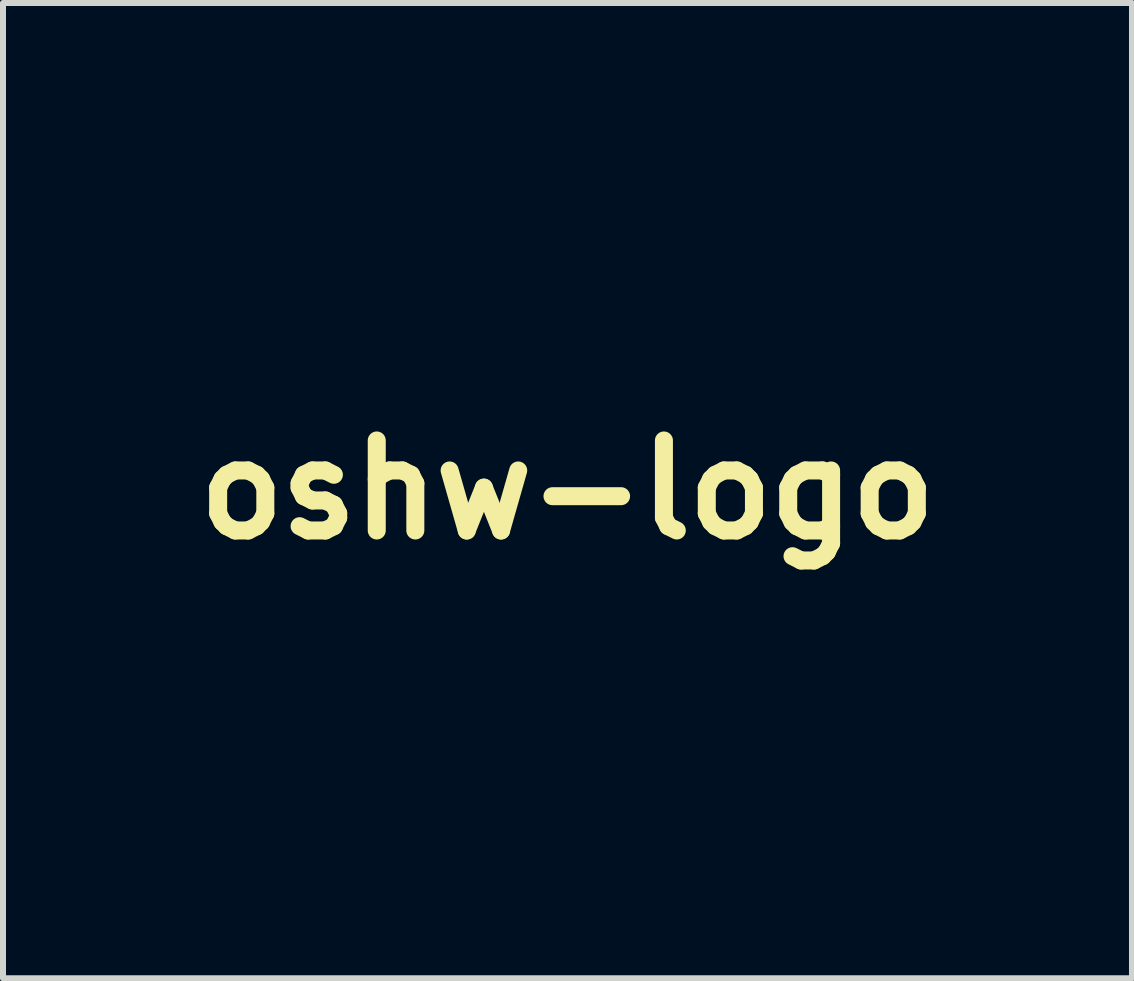
<source format=kicad_pcb>
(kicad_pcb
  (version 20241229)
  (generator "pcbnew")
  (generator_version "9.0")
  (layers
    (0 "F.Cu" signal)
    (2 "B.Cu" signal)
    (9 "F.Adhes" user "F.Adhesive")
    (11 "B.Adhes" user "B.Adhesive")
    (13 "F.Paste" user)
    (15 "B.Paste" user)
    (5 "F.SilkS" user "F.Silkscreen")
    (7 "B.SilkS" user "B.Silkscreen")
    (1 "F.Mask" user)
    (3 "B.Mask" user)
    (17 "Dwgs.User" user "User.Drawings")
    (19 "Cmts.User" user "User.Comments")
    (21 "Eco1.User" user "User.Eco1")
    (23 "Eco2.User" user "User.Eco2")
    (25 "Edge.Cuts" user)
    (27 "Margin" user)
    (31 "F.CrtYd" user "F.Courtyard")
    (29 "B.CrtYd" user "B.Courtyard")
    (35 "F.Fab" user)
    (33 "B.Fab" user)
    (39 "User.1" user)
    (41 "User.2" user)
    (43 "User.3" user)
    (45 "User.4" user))
  (footprint "oshw-logo"
    (layer "F.Cu")
    (at 6.407 5.112)
    (property "Reference" "oshw-logo" (at 0 0 0) (layer "F.SilkS") (effects (font (size 1.5 1.5) (thickness 0.3))))
    (attr board_only exclude_from_pos_files exclude_from_bom)
    (fp_poly (pts (xy 1.023 3.55) (xy 1.131 3.584) (xy 1.228 3.646) (xy 1.305 3.73) (xy 1.355 3.827) (xy 1.37 3.92) (xy 1.364 3.963) (xy 1.337 3.996) (xy 1.284 4.027) (xy 1.212 4.057) (xy 1.166 4.055) (xy 1.143 4.023) (xy 1.138 3.977) (xy 1.121 3.892) (xy 1.075 3.829) (xy 1.005 3.797) (xy 0.972 3.794) (xy 0.892 3.806) (xy 0.839 3.843) (xy 0.81 3.911) (xy 0.801 4.012) (xy 0.801 4.013) (xy 0.8 4.089) (xy 0.797 4.192) (xy 0.792 4.308) (xy 0.787 4.403) (xy 0.773 4.661) (xy 0.7 4.691) (xy 0.628 4.716) (xy 0.583 4.719) (xy 0.562 4.708) (xy 0.558 4.683) (xy 0.554 4.623) (xy 0.551 4.535) (xy 0.549 4.424) (xy 0.548 4.298) (xy 0.548 4.29) (xy 0.548 4.15) (xy 0.549 4.044) (xy 0.552 3.966) (xy 0.558 3.909) (xy 0.566 3.866) (xy 0.579 3.829) (xy 0.596 3.791) (xy 0.603 3.777) (xy 0.677 3.672) (xy 0.779 3.595) (xy 0.898 3.551) (xy 0.911 3.549)) (stroke (width 0) (type solid)) (fill yes) (layer "F.Mask"))
    (fp_poly (pts (xy 5.002 3.555) (xy 5.111 3.589) (xy 5.208 3.652) (xy 5.285 3.742) (xy 5.336 3.856) (xy 5.347 3.906) (xy 5.352 3.952) (xy 5.343 3.98) (xy 5.311 4.003) (xy 5.26 4.026) (xy 5.2 4.048) (xy 5.157 4.059) (xy 5.144 4.058) (xy 5.131 4.033) (xy 5.117 3.982) (xy 5.114 3.963) (xy 5.085 3.873) (xy 5.032 3.818) (xy 4.953 3.795) (xy 4.934 3.794) (xy 4.868 3.802) (xy 4.822 3.833) (xy 4.808 3.85) (xy 4.792 3.873) (xy 4.78 3.9) (xy 4.772 3.938) (xy 4.767 3.994) (xy 4.765 4.074) (xy 4.764 4.186) (xy 4.764 4.272) (xy 4.764 4.638) (xy 4.695 4.68) (xy 4.638 4.707) (xy 4.582 4.721) (xy 4.542 4.719) (xy 4.53 4.706) (xy 4.529 4.681) (xy 4.529 4.62) (xy 4.53 4.531) (xy 4.53 4.419) (xy 4.531 4.292) (xy 4.532 4.268) (xy 4.534 4.108) (xy 4.538 3.984) (xy 4.545 3.889) (xy 4.557 3.818) (xy 4.574 3.764) (xy 4.599 3.721) (xy 4.632 3.683) (xy 4.666 3.652) (xy 4.772 3.584) (xy 4.886 3.552)) (stroke (width 0) (type solid)) (fill yes) (layer "F.Mask"))
    (fp_poly (pts (xy -2.551 3.52) (xy -2.447 3.582) (xy -2.361 3.673) (xy -2.301 3.789) (xy -2.301 3.792) (xy -2.292 3.841) (xy -2.284 3.927) (xy -2.279 4.042) (xy -2.277 4.182) (xy -2.277 4.252) (xy -2.277 4.639) (xy -2.387 4.691) (xy -2.449 4.72) (xy -2.496 4.738) (xy -2.529 4.741) (xy -2.55 4.725) (xy -2.563 4.685) (xy -2.57 4.617) (xy -2.572 4.516) (xy -2.572 4.378) (xy -2.572 4.344) (xy -2.573 4.177) (xy -2.576 4.047) (xy -2.584 3.95) (xy -2.598 3.882) (xy -2.619 3.837) (xy -2.648 3.81) (xy -2.687 3.798) (xy -2.734 3.795) (xy -2.777 3.798) (xy -2.81 3.811) (xy -2.834 3.839) (xy -2.85 3.887) (xy -2.86 3.96) (xy -2.865 4.063) (xy -2.867 4.202) (xy -2.867 4.264) (xy -2.867 4.639) (xy -2.977 4.691) (xy -3.036 4.718) (xy -3.081 4.737) (xy -3.113 4.742) (xy -3.136 4.73) (xy -3.15 4.696) (xy -3.158 4.636) (xy -3.161 4.546) (xy -3.162 4.422) (xy -3.162 4.277) (xy -3.161 4.11) (xy -3.159 3.979) (xy -3.153 3.878) (xy -3.143 3.801) (xy -3.128 3.742) (xy -3.105 3.695) (xy -3.073 3.654) (xy -3.032 3.613) (xy -3.013 3.596) (xy -2.906 3.524) (xy -2.788 3.489) (xy -2.668 3.488)) (stroke (width 0) (type solid)) (fill yes) (layer "F.Mask"))
    (fp_poly (pts (xy -1.22 3.186) (xy -1.207 3.234) (xy -1.202 3.317) (xy -1.201 3.385) (xy -1.201 3.478) (xy -1.198 3.537) (xy -1.192 3.567) (xy -1.18 3.577) (xy -1.165 3.573) (xy -1.043 3.547) (xy -0.923 3.558) (xy -0.811 3.605) (xy -0.715 3.683) (xy -0.653 3.775) (xy -0.638 3.808) (xy -0.627 3.845) (xy -0.62 3.893) (xy -0.615 3.959) (xy -0.612 4.05) (xy -0.611 4.173) (xy -0.611 4.254) (xy -0.611 4.652) (xy -0.694 4.69) (xy -0.743 4.711) (xy -0.78 4.72) (xy -0.807 4.715) (xy -0.824 4.689) (xy -0.835 4.639) (xy -0.841 4.56) (xy -0.843 4.448) (xy -0.843 4.304) (xy -0.843 4.164) (xy -0.845 4.059) (xy -0.848 3.984) (xy -0.853 3.932) (xy -0.861 3.896) (xy -0.872 3.871) (xy -0.887 3.85) (xy -0.945 3.807) (xy -1.02 3.793) (xy -1.097 3.808) (xy -1.141 3.834) (xy -1.159 3.85) (xy -1.172 3.869) (xy -1.181 3.897) (xy -1.187 3.94) (xy -1.192 4.005) (xy -1.195 4.099) (xy -1.197 4.226) (xy -1.198 4.263) (xy -1.205 4.652) (xy -1.278 4.687) (xy -1.352 4.716) (xy -1.4 4.719) (xy -1.419 4.708) (xy -1.423 4.684) (xy -1.426 4.623) (xy -1.428 4.53) (xy -1.43 4.409) (xy -1.432 4.267) (xy -1.433 4.106) (xy -1.433 3.97) (xy -1.433 3.247) (xy -1.347 3.203) (xy -1.286 3.175) (xy -1.245 3.168)) (stroke (width 0) (type solid)) (fill yes) (layer "F.Mask"))
    (fp_poly (pts (xy -5.716 3.506) (xy -5.603 3.565) (xy -5.566 3.596) (xy -5.511 3.649) (xy -5.472 3.7) (xy -5.445 3.759) (xy -5.429 3.832) (xy -5.42 3.928) (xy -5.417 4.055) (xy -5.417 4.109) (xy -5.418 4.233) (xy -5.421 4.323) (xy -5.427 4.388) (xy -5.437 4.436) (xy -5.452 4.475) (xy -5.459 4.489) (xy -5.533 4.591) (xy -5.634 4.671) (xy -5.75 4.719) (xy -5.759 4.721) (xy -5.833 4.735) (xy -5.883 4.74) (xy -5.926 4.734) (xy -5.979 4.717) (xy -5.989 4.714) (xy -6.107 4.655) (xy -6.196 4.57) (xy -6.248 4.486) (xy -6.271 4.436) (xy -6.287 4.39) (xy -6.296 4.337) (xy -6.301 4.268) (xy -6.302 4.172) (xy -6.302 4.153) (xy -6.006 4.153) (xy -5.998 4.251) (xy -5.981 4.332) (xy -5.956 4.383) (xy -5.955 4.384) (xy -5.898 4.419) (xy -5.829 4.423) (xy -5.765 4.394) (xy -5.755 4.384) (xy -5.736 4.361) (xy -5.723 4.329) (xy -5.716 4.28) (xy -5.713 4.206) (xy -5.712 4.115) (xy -5.715 3.99) (xy -5.725 3.901) (xy -5.743 3.843) (xy -5.774 3.81) (xy -5.819 3.796) (xy -5.849 3.794) (xy -5.908 3.803) (xy -5.951 3.825) (xy -5.952 3.826) (xy -5.978 3.875) (xy -5.996 3.954) (xy -6.005 4.05) (xy -6.006 4.153) (xy -6.302 4.153) (xy -6.303 4.11) (xy -6.302 3.997) (xy -6.299 3.916) (xy -6.292 3.857) (xy -6.28 3.809) (xy -6.261 3.763) (xy -6.245 3.73) (xy -6.168 3.62) (xy -6.07 3.542) (xy -5.957 3.496) (xy -5.837 3.483)) (stroke (width 0) (type solid)) (fill yes) (layer "F.Mask"))
    (fp_poly (pts (xy -4.692 3.498) (xy -4.584 3.545) (xy -4.489 3.624) (xy -4.416 3.734) (xy -4.414 3.739) (xy -4.393 3.79) (xy -4.378 3.839) (xy -4.369 3.897) (xy -4.365 3.974) (xy -4.364 4.081) (xy -4.364 4.113) (xy -4.364 4.226) (xy -4.367 4.306) (xy -4.373 4.365) (xy -4.385 4.411) (xy -4.404 4.456) (xy -4.422 4.492) (xy -4.502 4.606) (xy -4.602 4.683) (xy -4.724 4.724) (xy -4.819 4.731) (xy -4.952 4.729) (xy -4.958 4.878) (xy -4.964 5.027) (xy -5.08 5.085) (xy -5.15 5.119) (xy -5.192 5.136) (xy -5.215 5.141) (xy -5.229 5.134) (xy -5.235 5.129) (xy -5.238 5.105) (xy -5.241 5.045) (xy -5.244 4.952) (xy -5.246 4.833) (xy -5.248 4.693) (xy -5.249 4.537) (xy -5.249 4.464) (xy -5.248 4.28) (xy -5.248 4.133) (xy -5.248 4.115) (xy -4.954 4.115) (xy -4.953 4.218) (xy -4.949 4.288) (xy -4.941 4.334) (xy -4.928 4.364) (xy -4.911 4.384) (xy -4.85 4.42) (xy -4.78 4.422) (xy -4.719 4.392) (xy -4.709 4.382) (xy -4.691 4.357) (xy -4.679 4.323) (xy -4.673 4.271) (xy -4.671 4.193) (xy -4.671 4.108) (xy -4.675 3.985) (xy -4.686 3.898) (xy -4.706 3.841) (xy -4.739 3.809) (xy -4.787 3.796) (xy -4.819 3.794) (xy -4.871 3.801) (xy -4.909 3.823) (xy -4.933 3.869) (xy -4.947 3.941) (xy -4.953 4.048) (xy -4.954 4.115) (xy -5.248 4.115) (xy -5.246 4.018) (xy -5.244 3.93) (xy -5.24 3.865) (xy -5.234 3.817) (xy -5.227 3.782) (xy -5.218 3.754) (xy -5.208 3.733) (xy -5.131 3.623) (xy -5.034 3.545) (xy -4.924 3.498) (xy -4.808 3.482)) (stroke (width 0) (type solid)) (fill yes) (layer "F.Mask"))
    (fp_poly (pts (xy 6.028 3.558) (xy 6.121 3.6) (xy 6.207 3.66) (xy 6.272 3.728) (xy 6.275 3.733) (xy 6.311 3.798) (xy 6.329 3.861) (xy 6.334 3.944) (xy 6.334 3.95) (xy 6.334 4.077) (xy 6.051 4.205) (xy 5.951 4.252) (xy 5.865 4.295) (xy 5.8 4.33) (xy 5.765 4.353) (xy 5.76 4.358) (xy 5.768 4.388) (xy 5.798 4.43) (xy 5.805 4.436) (xy 5.874 4.481) (xy 5.949 4.489) (xy 6.019 4.465) (xy 6.074 4.41) (xy 6.103 4.341) (xy 6.123 4.292) (xy 6.165 4.257) (xy 6.205 4.238) (xy 6.276 4.213) (xy 6.319 4.215) (xy 6.34 4.247) (xy 6.345 4.303) (xy 6.327 4.414) (xy 6.278 4.523) (xy 6.207 4.618) (xy 6.121 4.686) (xy 6.116 4.688) (xy 6.019 4.72) (xy 5.911 4.731) (xy 5.818 4.718) (xy 5.707 4.666) (xy 5.614 4.584) (xy 5.565 4.51) (xy 5.547 4.47) (xy 5.535 4.425) (xy 5.528 4.366) (xy 5.524 4.283) (xy 5.523 4.17) (xy 5.523 4.142) (xy 5.524 4.02) (xy 5.525 3.987) (xy 5.755 3.987) (xy 5.757 4.039) (xy 5.764 4.067) (xy 5.766 4.068) (xy 5.79 4.06) (xy 5.842 4.038) (xy 5.912 4.007) (xy 5.935 3.996) (xy 6.007 3.96) (xy 6.062 3.928) (xy 6.09 3.905) (xy 6.092 3.901) (xy 6.073 3.857) (xy 6.024 3.82) (xy 5.959 3.797) (xy 5.925 3.794) (xy 5.844 3.812) (xy 5.787 3.863) (xy 5.758 3.942) (xy 5.755 3.987) (xy 5.525 3.987) (xy 5.527 3.932) (xy 5.533 3.869) (xy 5.544 3.821) (xy 5.561 3.781) (xy 5.564 3.775) (xy 5.64 3.67) (xy 5.742 3.593) (xy 5.863 3.55) (xy 5.944 3.542)) (stroke (width 0) (type solid)) (fill yes) (layer "F.Mask"))
    (fp_poly (pts (xy -3.65 3.498) (xy -3.569 3.534) (xy -3.486 3.592) (xy -3.414 3.662) (xy -3.365 3.733) (xy -3.354 3.759) (xy -3.33 3.859) (xy -3.319 3.949) (xy -3.323 4.019) (xy -3.335 4.051) (xy -3.364 4.072) (xy -3.423 4.105) (xy -3.505 4.147) (xy -3.602 4.193) (xy -3.631 4.206) (xy -3.728 4.25) (xy -3.809 4.289) (xy -3.868 4.32) (xy -3.897 4.339) (xy -3.9 4.341) (xy -3.886 4.366) (xy -3.861 4.392) (xy -3.8 4.422) (xy -3.735 4.42) (xy -3.676 4.39) (xy -3.636 4.338) (xy -3.626 4.289) (xy -3.62 4.257) (xy -3.596 4.229) (xy -3.547 4.199) (xy -3.495 4.173) (xy -3.41 4.137) (xy -3.355 4.128) (xy -3.326 4.148) (xy -3.316 4.201) (xy -3.322 4.287) (xy -3.354 4.432) (xy -3.417 4.553) (xy -3.508 4.646) (xy -3.622 4.707) (xy -3.668 4.72) (xy -3.745 4.736) (xy -3.8 4.739) (xy -3.85 4.731) (xy -3.902 4.714) (xy -4.02 4.655) (xy -4.109 4.57) (xy -4.161 4.486) (xy -4.184 4.436) (xy -4.2 4.39) (xy -4.209 4.337) (xy -4.214 4.268) (xy -4.216 4.172) (xy -4.216 4.11) (xy -4.215 3.997) (xy -4.213 3.924) (xy -3.9 3.924) (xy -3.897 3.967) (xy -3.89 3.984) (xy -3.867 3.976) (xy -3.817 3.956) (xy -3.763 3.932) (xy -3.689 3.896) (xy -3.654 3.866) (xy -3.655 3.841) (xy -3.687 3.816) (xy -3.761 3.795) (xy -3.827 3.808) (xy -3.876 3.848) (xy -3.899 3.912) (xy -3.9 3.924) (xy -4.213 3.924) (xy -4.212 3.916) (xy -4.206 3.857) (xy -4.193 3.809) (xy -4.174 3.763) (xy -4.158 3.73) (xy -4.08 3.619) (xy -3.978 3.539) (xy -3.859 3.493) (xy -3.73 3.484)) (stroke (width 0) (type solid)) (fill yes) (layer "F.Mask"))
    (fp_poly (pts (xy 0.026 3.55) (xy 0.15 3.587) (xy 0.254 3.661) (xy 0.308 3.722) (xy 0.369 3.801) (xy 0.369 4.232) (xy 0.369 4.663) (xy 0.287 4.696) (xy 0.222 4.715) (xy 0.178 4.711) (xy 0.17 4.706) (xy 0.126 4.695) (xy 0.104 4.7) (xy 0.044 4.72) (xy -0.037 4.73) (xy -0.121 4.729) (xy -0.166 4.722) (xy -0.269 4.679) (xy -0.352 4.61) (xy -0.41 4.522) (xy -0.44 4.424) (xy -0.438 4.381) (xy -0.195 4.381) (xy -0.19 4.42) (xy -0.176 4.446) (xy -0.149 4.474) (xy -0.113 4.487) (xy -0.053 4.487) (xy -0.034 4.486) (xy 0.03 4.484) (xy 0.066 4.491) (xy 0.088 4.515) (xy 0.104 4.548) (xy 0.126 4.593) (xy 0.14 4.616) (xy 0.141 4.616) (xy 0.144 4.597) (xy 0.146 4.544) (xy 0.147 4.467) (xy 0.148 4.407) (xy 0.148 4.198) (xy -0.011 4.262) (xy -0.109 4.306) (xy -0.169 4.344) (xy -0.195 4.381) (xy -0.438 4.381) (xy -0.436 4.325) (xy -0.413 4.262) (xy -0.384 4.215) (xy -0.346 4.175) (xy -0.293 4.137) (xy -0.216 4.097) (xy -0.107 4.048) (xy -0.082 4.038) (xy 0.005 3.999) (xy 0.078 3.965) (xy 0.126 3.939) (xy 0.142 3.926) (xy 0.135 3.898) (xy 0.108 3.855) (xy 0.104 3.85) (xy 0.058 3.809) (xy -0.003 3.795) (xy -0.019 3.794) (xy -0.097 3.805) (xy -0.151 3.842) (xy -0.19 3.912) (xy -0.196 3.929) (xy -0.228 3.992) (xy -0.278 4.031) (xy -0.302 4.042) (xy -0.375 4.062) (xy -0.421 4.052) (xy -0.441 4.01) (xy -0.443 3.99) (xy -0.424 3.866) (xy -0.373 3.755) (xy -0.297 3.661) (xy -0.201 3.592) (xy -0.092 3.553) (xy 0.024 3.55)) (stroke (width 0) (type solid)) (fill yes) (layer "F.Mask"))
    (fp_poly (pts (xy 2.352 3.173) (xy 2.364 3.186) (xy 2.369 3.214) (xy 2.373 3.28) (xy 2.376 3.379) (xy 2.378 3.506) (xy 2.378 3.657) (xy 2.377 3.826) (xy 2.374 4.008) (xy 2.371 4.153) (xy 2.368 4.266) (xy 2.364 4.351) (xy 2.358 4.412) (xy 2.351 4.456) (xy 2.342 4.486) (xy 2.335 4.5) (xy 2.283 4.574) (xy 2.213 4.644) (xy 2.142 4.695) (xy 2.14 4.696) (xy 2.053 4.723) (xy 1.949 4.732) (xy 1.851 4.72) (xy 1.823 4.712) (xy 1.736 4.663) (xy 1.654 4.589) (xy 1.59 4.501) (xy 1.562 4.434) (xy 1.55 4.364) (xy 1.542 4.265) (xy 1.54 4.151) (xy 1.54 4.144) (xy 1.792 4.144) (xy 1.792 4.252) (xy 1.794 4.327) (xy 1.799 4.375) (xy 1.809 4.406) (xy 1.825 4.427) (xy 1.847 4.446) (xy 1.923 4.483) (xy 2.003 4.484) (xy 2.073 4.45) (xy 2.08 4.444) (xy 2.101 4.422) (xy 2.115 4.396) (xy 2.123 4.358) (xy 2.127 4.3) (xy 2.129 4.212) (xy 2.129 4.145) (xy 2.128 4.036) (xy 2.126 3.961) (xy 2.119 3.911) (xy 2.109 3.878) (xy 2.092 3.853) (xy 2.083 3.843) (xy 2.019 3.803) (xy 1.943 3.795) (xy 1.869 3.819) (xy 1.84 3.84) (xy 1.82 3.862) (xy 1.806 3.887) (xy 1.798 3.925) (xy 1.793 3.983) (xy 1.792 4.069) (xy 1.792 4.144) (xy 1.54 4.144) (xy 1.542 4.037) (xy 1.548 3.934) (xy 1.56 3.857) (xy 1.562 3.847) (xy 1.612 3.743) (xy 1.691 3.655) (xy 1.792 3.591) (xy 1.904 3.555) (xy 2.018 3.553) (xy 2.039 3.557) (xy 2.129 3.578) (xy 2.129 3.424) (xy 2.132 3.329) (xy 2.146 3.266) (xy 2.177 3.225) (xy 2.229 3.196) (xy 2.268 3.182) (xy 2.322 3.168)) (stroke (width 0) (type solid)) (fill yes) (layer "F.Mask"))
    (fp_poly (pts (xy 2.656 3.552) (xy 2.663 3.577) (xy 2.669 3.642) (xy 2.674 3.742) (xy 2.676 3.874) (xy 2.677 3.992) (xy 2.678 4.153) (xy 2.681 4.276) (xy 2.687 4.367) (xy 2.696 4.428) (xy 2.711 4.466) (xy 2.731 4.485) (xy 2.758 4.489) (xy 2.773 4.487) (xy 2.787 4.481) (xy 2.798 4.469) (xy 2.806 4.442) (xy 2.812 4.397) (xy 2.816 4.328) (xy 2.82 4.228) (xy 2.824 4.093) (xy 2.825 4.064) (xy 2.829 3.931) (xy 2.835 3.815) (xy 2.841 3.721) (xy 2.849 3.657) (xy 2.856 3.628) (xy 2.856 3.628) (xy 2.888 3.606) (xy 2.941 3.58) (xy 2.954 3.575) (xy 3.008 3.556) (xy 3.039 3.557) (xy 3.054 3.57) (xy 3.062 3.601) (xy 3.07 3.671) (xy 3.076 3.777) (xy 3.08 3.916) (xy 3.082 4.038) (xy 3.088 4.479) (xy 3.141 4.479) (xy 3.171 4.475) (xy 3.189 4.457) (xy 3.2 4.414) (xy 3.207 4.363) (xy 3.212 4.299) (xy 3.217 4.205) (xy 3.22 4.091) (xy 3.223 3.969) (xy 3.223 3.935) (xy 3.225 3.623) (xy 3.32 3.581) (xy 3.379 3.559) (xy 3.424 3.55) (xy 3.436 3.552) (xy 3.444 3.577) (xy 3.451 3.638) (xy 3.455 3.726) (xy 3.458 3.833) (xy 3.458 3.954) (xy 3.457 4.08) (xy 3.455 4.205) (xy 3.451 4.32) (xy 3.445 4.419) (xy 3.438 4.493) (xy 3.429 4.537) (xy 3.428 4.539) (xy 3.368 4.633) (xy 3.283 4.697) (xy 3.181 4.729) (xy 3.072 4.724) (xy 3.037 4.714) (xy 2.972 4.697) (xy 2.919 4.699) (xy 2.872 4.713) (xy 2.802 4.734) (xy 2.745 4.738) (xy 2.68 4.724) (xy 2.663 4.72) (xy 2.608 4.691) (xy 2.549 4.644) (xy 2.533 4.628) (xy 2.504 4.589) (xy 2.481 4.544) (xy 2.465 4.488) (xy 2.454 4.414) (xy 2.449 4.317) (xy 2.447 4.191) (xy 2.448 4.03) (xy 2.449 3.984) (xy 2.456 3.637) (xy 2.545 3.588) (xy 2.601 3.561) (xy 2.644 3.55)) (stroke (width 0) (type solid)) (fill yes) (layer "F.Mask"))
    (fp_poly (pts (xy 4.046 3.558) (xy 4.144 3.604) (xy 4.232 3.671) (xy 4.295 3.749) (xy 4.316 3.785) (xy 4.331 3.819) (xy 4.341 3.857) (xy 4.349 3.907) (xy 4.353 3.977) (xy 4.356 4.072) (xy 4.359 4.201) (xy 4.36 4.233) (xy 4.362 4.386) (xy 4.361 4.501) (xy 4.357 4.581) (xy 4.349 4.63) (xy 4.341 4.649) (xy 4.304 4.677) (xy 4.249 4.7) (xy 4.192 4.714) (xy 4.148 4.714) (xy 4.134 4.705) (xy 4.112 4.693) (xy 4.064 4.702) (xy 4.036 4.711) (xy 3.953 4.735) (xy 3.883 4.738) (xy 3.806 4.718) (xy 3.785 4.711) (xy 3.68 4.662) (xy 3.607 4.597) (xy 3.555 4.507) (xy 3.553 4.504) (xy 3.53 4.438) (xy 3.525 4.386) (xy 3.525 4.385) (xy 3.775 4.385) (xy 3.777 4.428) (xy 3.81 4.463) (xy 3.87 4.483) (xy 3.95 4.483) (xy 3.953 4.482) (xy 4.01 4.477) (xy 4.042 4.486) (xy 4.062 4.516) (xy 4.069 4.533) (xy 4.09 4.576) (xy 4.107 4.595) (xy 4.108 4.595) (xy 4.113 4.576) (xy 4.115 4.524) (xy 4.115 4.448) (xy 4.114 4.406) (xy 4.109 4.322) (xy 4.103 4.257) (xy 4.095 4.221) (xy 4.091 4.216) (xy 4.055 4.224) (xy 3.997 4.247) (xy 3.928 4.276) (xy 3.864 4.306) (xy 3.819 4.332) (xy 3.81 4.339) (xy 3.775 4.385) (xy 3.525 4.385) (xy 3.537 4.329) (xy 3.538 4.324) (xy 3.56 4.263) (xy 3.59 4.214) (xy 3.635 4.171) (xy 3.701 4.129) (xy 3.796 4.081) (xy 3.867 4.049) (xy 3.958 4.007) (xy 4.033 3.969) (xy 4.085 3.939) (xy 4.107 3.921) (xy 4.099 3.89) (xy 4.07 3.849) (xy 4.067 3.845) (xy 4.006 3.806) (xy 3.936 3.795) (xy 3.867 3.811) (xy 3.81 3.849) (xy 3.777 3.905) (xy 3.773 3.937) (xy 3.754 3.986) (xy 3.704 4.026) (xy 3.633 4.051) (xy 3.6 4.055) (xy 3.531 4.058) (xy 3.537 3.952) (xy 3.561 3.84) (xy 3.612 3.73) (xy 3.682 3.642) (xy 3.685 3.639) (xy 3.752 3.596) (xy 3.841 3.562) (xy 3.93 3.544) (xy 3.953 3.542)) (stroke (width 0) (type solid)) (fill yes) (layer "F.Mask"))
    (fp_poly (pts (xy 0.217 -5.111) (xy 0.359 -5.109) (xy 0.468 -5.105) (xy 0.55 -5.096) (xy 0.608 -5.083) (xy 0.649 -5.064) (xy 0.676 -5.038) (xy 0.694 -5.003) (xy 0.709 -4.96) (xy 0.711 -4.954) (xy 0.724 -4.9) (xy 0.743 -4.814) (xy 0.766 -4.707) (xy 0.789 -4.587) (xy 0.802 -4.521) (xy 0.832 -4.356) (xy 0.856 -4.228) (xy 0.875 -4.13) (xy 0.892 -4.059) (xy 0.908 -4.008) (xy 0.926 -3.973) (xy 0.947 -3.95) (xy 0.973 -3.932) (xy 1.007 -3.915) (xy 1.05 -3.893) (xy 1.128 -3.856) (xy 1.232 -3.811) (xy 1.347 -3.765) (xy 1.437 -3.732) (xy 1.54 -3.695) (xy 1.612 -3.672) (xy 1.661 -3.66) (xy 1.695 -3.658) (xy 1.723 -3.665) (xy 1.748 -3.678) (xy 1.806 -3.711) (xy 1.889 -3.762) (xy 1.989 -3.826) (xy 2.095 -3.896) (xy 2.2 -3.967) (xy 2.295 -4.032) (xy 2.369 -4.085) (xy 2.403 -4.111) (xy 2.499 -4.183) (xy 2.585 -4.232) (xy 2.652 -4.256) (xy 2.669 -4.258) (xy 2.694 -4.244) (xy 2.743 -4.204) (xy 2.811 -4.143) (xy 2.892 -4.067) (xy 2.983 -3.981) (xy 3.077 -3.889) (xy 3.17 -3.796) (xy 3.256 -3.708) (xy 3.331 -3.629) (xy 3.39 -3.564) (xy 3.426 -3.518) (xy 3.427 -3.517) (xy 3.46 -3.468) (xy 3.47 -3.434) (xy 3.459 -3.398) (xy 3.445 -3.369) (xy 3.422 -3.331) (xy 3.38 -3.264) (xy 3.323 -3.175) (xy 3.254 -3.07) (xy 3.179 -2.955) (xy 3.158 -2.924) (xy 3.083 -2.81) (xy 3.015 -2.704) (xy 2.96 -2.612) (xy 2.919 -2.542) (xy 2.898 -2.498) (xy 2.896 -2.491) (xy 2.899 -2.439) (xy 2.92 -2.359) (xy 2.954 -2.259) (xy 2.999 -2.147) (xy 3.05 -2.033) (xy 3.104 -1.923) (xy 3.157 -1.827) (xy 3.206 -1.752) (xy 3.246 -1.708) (xy 3.248 -1.706) (xy 3.3 -1.681) (xy 3.389 -1.654) (xy 3.507 -1.625) (xy 3.578 -1.611) (xy 3.753 -1.577) (xy 3.892 -1.55) (xy 4 -1.528) (xy 4.082 -1.511) (xy 4.143 -1.497) (xy 4.187 -1.486) (xy 4.222 -1.476) (xy 4.25 -1.466) (xy 4.263 -1.461) (xy 4.342 -1.429) (xy 4.342 -0.96) (xy 4.342 -0.817) (xy 4.34 -0.682) (xy 4.337 -0.563) (xy 4.334 -0.468) (xy 4.33 -0.404) (xy 4.329 -0.391) (xy 4.322 -0.349) (xy 4.311 -0.317) (xy 4.291 -0.292) (xy 4.255 -0.272) (xy 4.198 -0.253) (xy 4.114 -0.234) (xy 3.997 -0.211) (xy 3.933 -0.198) (xy 3.745 -0.162) (xy 3.593 -0.132) (xy 3.474 -0.108) (xy 3.384 -0.089) (xy 3.318 -0.073) (xy 3.273 -0.06) (xy 3.243 -0.048) (xy 3.225 -0.036) (xy 3.214 -0.023) (xy 3.206 -0.007) (xy 3.204 -0.003) (xy 3.187 0.036) (xy 3.158 0.106) (xy 3.121 0.197) (xy 3.079 0.303) (xy 3.06 0.348) (xy 3.005 0.491) (xy 2.967 0.603) (xy 2.945 0.694) (xy 2.942 0.771) (xy 2.955 0.842) (xy 2.987 0.916) (xy 3.036 1.002) (xy 3.075 1.062) (xy 3.143 1.165) (xy 3.217 1.275) (xy 3.285 1.375) (xy 3.321 1.425) (xy 3.375 1.504) (xy 3.421 1.58) (xy 3.451 1.64) (xy 3.457 1.655) (xy 3.468 1.691) (xy 3.468 1.721) (xy 3.454 1.753) (xy 3.42 1.797) (xy 3.364 1.862) (xy 3.355 1.871) (xy 3.277 1.956) (xy 3.184 2.053) (xy 3.083 2.154) (xy 2.982 2.252) (xy 2.889 2.34) (xy 2.809 2.411) (xy 2.755 2.455) (xy 2.705 2.491) (xy 2.671 2.503) (xy 2.636 2.496) (xy 2.598 2.478) (xy 2.553 2.453) (xy 2.481 2.409) (xy 2.39 2.352) (xy 2.288 2.285) (xy 2.183 2.215) (xy 2.082 2.147) (xy 1.993 2.086) (xy 1.925 2.036) (xy 1.89 2.01) (xy 1.846 1.979) (xy 1.803 1.965) (xy 1.751 1.969) (xy 1.681 1.991) (xy 1.583 2.033) (xy 1.581 2.034) (xy 1.479 2.078) (xy 1.407 2.102) (xy 1.354 2.103) (xy 1.314 2.08) (xy 1.277 2.032) (xy 1.24 1.966) (xy 1.21 1.906) (xy 1.168 1.814) (xy 1.118 1.698) (xy 1.061 1.565) (xy 1.001 1.423) (xy 0.963 1.328) (xy 0.904 1.184) (xy 0.847 1.045) (xy 0.794 0.918) (xy 0.749 0.811) (xy 0.715 0.73) (xy 0.7 0.696) (xy 0.629 0.526) (xy 0.578 0.373) (xy 0.56 0.303) (xy 0.555 0.268) (xy 0.562 0.241) (xy 0.588 0.211) (xy 0.639 0.171) (xy 0.682 0.14) (xy 0.858 -0.008) (xy 1.006 -0.181) (xy 1.121 -0.37) (xy 1.2 -0.571) (xy 1.214 -0.624) (xy 1.239 -0.81) (xy 1.231 -1.006) (xy 1.194 -1.199) (xy 1.128 -1.379) (xy 1.072 -1.48) (xy 0.968 -1.61) (xy 0.833 -1.733) (xy 0.677 -1.841) (xy 0.511 -1.926) (xy 0.351 -1.98) (xy 0.225 -1.999) (xy 0.077 -2.003) (xy -0.076 -1.995) (xy -0.219 -1.972) (xy -0.225 -1.971) (xy -0.41 -1.908) (xy -0.577 -1.811) (xy -0.723 -1.684) (xy -0.846 -1.531) (xy -0.943 -1.358) (xy -1.011 -1.169) (xy -1.048 -0.968) (xy -1.051 -0.762) (xy -1.022 -0.573) (xy -0.992 -0.462) (xy -0.955 -0.366) (xy -0.906 -0.278) (xy -0.84 -0.189) (xy -0.751 -0.092) (xy -0.635 0.022) (xy -0.625 0.032) (xy -0.374 0.269) (xy -0.422 0.414) (xy -0.456 0.512) (xy -0.498 0.626) (xy -0.55 0.76) (xy -0.613 0.917) (xy -0.689 1.102) (xy -0.781 1.319) (xy -0.842 1.465) (xy -0.9 1.601) (xy -0.953 1.727) (xy -0.998 1.836) (xy -1.033 1.923) (xy -1.057 1.981) (xy -1.064 2.002) (xy -1.098 2.073) (xy -1.147 2.118) (xy -1.186 2.129) (xy -1.224 2.119) (xy -1.285 2.093) (xy -1.36 2.056) (xy -1.381 2.045) (xy -1.457 2.005) (xy -1.524 1.976) (xy -1.57 1.961) (xy -1.577 1.96) (xy -1.607 1.972) (xy -1.666 2.003) (xy -1.747 2.052) (xy -1.844 2.113) (xy -1.946 2.18) (xy -2.083 2.271) (xy -2.207 2.351) (xy -2.316 2.417) (xy -2.403 2.467) (xy -2.465 2.499) (xy -2.495 2.508) (xy -2.513 2.495) (xy -2.557 2.458) (xy -2.619 2.403) (xy -2.695 2.335) (xy -2.722 2.311) (xy -2.825 2.215) (xy -2.938 2.104) (xy -3.047 1.995) (xy -3.126 1.911) (xy -3.311 1.709) (xy -3.27 1.629) (xy -3.242 1.582) (xy -3.196 1.509) (xy -3.138 1.421) (xy -3.073 1.328) (xy -3.066 1.317) (xy -2.964 1.172) (xy -2.885 1.057) (xy -2.827 0.967) (xy -2.785 0.898) (xy -2.759 0.846) (xy -2.744 0.807) (xy -2.74 0.777) (xy -2.74 0.776) (xy -2.748 0.727) (xy -2.769 0.655) (xy -2.798 0.573) (xy -2.802 0.563) (xy -2.843 0.462) (xy -2.886 0.35) (xy -2.919 0.263) (xy -2.95 0.182) (xy -2.977 0.11) (xy -2.996 0.061) (xy -2.996 0.059) (xy -3.014 0.02) (xy -3.038 -0.012) (xy -3.073 -0.039) (xy -3.123 -0.063) (xy -3.194 -0.086) (xy -3.291 -0.108) (xy -3.418 -0.133) (xy -3.581 -0.162) (xy -3.626 -0.17) (xy -3.783 -0.199) (xy -3.916 -0.229) (xy -4.02 -0.257) (xy -4.09 -0.283) (xy -4.106 -0.292) (xy -4.115 -0.308) (xy -4.123 -0.345) (xy -4.129 -0.408) (xy -4.135 -0.5) (xy -4.14 -0.624) (xy -4.144 -0.786) (xy -4.146 -0.852) (xy -3.915 -0.852) (xy -3.909 -0.732) (xy -3.895 -0.63) (xy -3.872 -0.554) (xy -3.844 -0.512) (xy -3.784 -0.482) (xy -3.682 -0.451) (xy -3.539 -0.417) (xy -3.355 -0.382) (xy -3.341 -0.38) (xy -3.191 -0.354) (xy -3.077 -0.333) (xy -2.994 -0.317) (xy -2.937 -0.303) (xy -2.899 -0.29) (xy -2.876 -0.276) (xy -2.863 -0.259) (xy -2.853 -0.238) (xy -2.849 -0.226) (xy -2.832 -0.182) (xy -2.803 -0.108) (xy -2.767 -0.013) (xy -2.725 0.095) (xy -2.708 0.141) (xy -2.66 0.263) (xy -2.608 0.389) (xy -2.559 0.504) (xy -2.517 0.595) (xy -2.509 0.61) (xy -2.478 0.67) (xy -2.456 0.718) (xy -2.444 0.759) (xy -2.445 0.799) (xy -2.459 0.846) (xy -2.489 0.904) (xy -2.537 0.981) (xy -2.603 1.081) (xy -2.678 1.192) (xy -2.747 1.297) (xy -2.812 1.4) (xy -2.868 1.491) (xy -2.909 1.561) (xy -2.92 1.581) (xy -2.978 1.696) (xy -2.721 1.944) (xy -2.636 2.026) (xy -2.562 2.096) (xy -2.504 2.15) (xy -2.467 2.184) (xy -2.456 2.192) (xy -2.434 2.182) (xy -2.388 2.157) (xy -2.336 2.127) (xy -2.275 2.089) (xy -2.196 2.038) (xy -2.105 1.977) (xy -2.009 1.912) (xy -1.915 1.847) (xy -1.83 1.787) (xy -1.76 1.737) (xy -1.713 1.701) (xy -1.696 1.685) (xy -1.662 1.667) (xy -1.6 1.669) (xy -1.52 1.689) (xy -1.43 1.726) (xy -1.425 1.728) (xy -1.359 1.758) (xy -1.307 1.776) (xy -1.282 1.779) (xy -1.263 1.754) (xy -1.23 1.697) (xy -1.188 1.616) (xy -1.14 1.518) (xy -1.089 1.41) (xy -1.04 1.3) (xy -1.038 1.296) (xy -1.008 1.224) (xy -0.97 1.128) (xy -0.927 1.018) (xy -0.881 0.898) (xy -0.836 0.776) (xy -0.792 0.659) (xy -0.754 0.554) (xy -0.724 0.468) (xy -0.703 0.406) (xy -0.696 0.377) (xy -0.696 0.377) (xy -0.709 0.353) (xy -0.745 0.306) (xy -0.798 0.243) (xy -0.845 0.191) (xy -1 0.007) (xy -1.12 -0.166) (xy -1.208 -0.335) (xy -1.266 -0.506) (xy -1.298 -0.685) (xy -1.307 -0.86) (xy -1.295 -1.055) (xy -1.257 -1.236) (xy -1.191 -1.42) (xy -1.156 -1.496) (xy -1.044 -1.68) (xy -0.899 -1.848) (xy -0.725 -1.994) (xy -0.531 -2.113) (xy -0.321 -2.201) (xy -0.233 -2.226) (xy -0.103 -2.247) (xy 0.05 -2.255) (xy 0.212 -2.25) (xy 0.368 -2.232) (xy 0.504 -2.203) (xy 0.553 -2.187) (xy 0.769 -2.086) (xy 0.964 -1.953) (xy 1.133 -1.794) (xy 1.272 -1.612) (xy 1.377 -1.411) (xy 1.421 -1.286) (xy 1.439 -1.199) (xy 1.454 -1.084) (xy 1.463 -0.952) (xy 1.468 -0.819) (xy 1.467 -0.695) (xy 1.459 -0.596) (xy 1.455 -0.571) (xy 1.406 -0.394) (xy 1.328 -0.22) (xy 1.216 -0.045) (xy 1.068 0.136) (xy 1.016 0.193) (xy 0.857 0.361) (xy 0.895 0.471) (xy 0.924 0.548) (xy 0.966 0.655) (xy 1.017 0.785) (xy 1.075 0.929) (xy 1.135 1.078) (xy 1.196 1.224) (xy 1.252 1.36) (xy 1.302 1.476) (xy 1.334 1.549) (xy 1.383 1.651) (xy 1.424 1.724) (xy 1.455 1.762) (xy 1.464 1.767) (xy 1.503 1.763) (xy 1.563 1.745) (xy 1.604 1.729) (xy 1.684 1.704) (xy 1.764 1.698) (xy 1.849 1.714) (xy 1.946 1.754) (xy 2.059 1.819) (xy 2.194 1.912) (xy 2.245 1.95) (xy 2.332 2.013) (xy 2.417 2.071) (xy 2.489 2.116) (xy 2.525 2.136) (xy 2.581 2.162) (xy 2.617 2.169) (xy 2.653 2.159) (xy 2.692 2.139) (xy 2.735 2.109) (xy 2.797 2.056) (xy 2.871 1.988) (xy 2.949 1.913) (xy 3.021 1.84) (xy 3.081 1.775) (xy 3.119 1.729) (xy 3.124 1.72) (xy 3.126 1.682) (xy 3.103 1.617) (xy 3.056 1.522) (xy 2.984 1.398) (xy 2.886 1.243) (xy 2.811 1.128) (xy 2.611 0.828) (xy 2.685 0.64) (xy 2.726 0.539) (xy 2.775 0.417) (xy 2.826 0.293) (xy 2.855 0.221) (xy 2.896 0.117) (xy 2.933 0.014) (xy 2.962 -0.074) (xy 2.976 -0.124) (xy 2.994 -0.192) (xy 3.016 -0.232) (xy 3.053 -0.26) (xy 3.087 -0.276) (xy 3.144 -0.296) (xy 3.229 -0.319) (xy 3.33 -0.343) (xy 3.404 -0.358) (xy 3.586 -0.393) (xy 3.731 -0.422) (xy 3.843 -0.447) (xy 3.927 -0.47) (xy 3.987 -0.491) (xy 4.027 -0.513) (xy 4.053 -0.537) (xy 4.069 -0.565) (xy 4.078 -0.6) (xy 4.081 -0.615) (xy 4.089 -0.69) (xy 4.093 -0.792) (xy 4.093 -0.906) (xy 4.088 -1.017) (xy 4.08 -1.111) (xy 4.073 -1.159) (xy 4.062 -1.196) (xy 4.045 -1.221) (xy 4.013 -1.24) (xy 3.955 -1.26) (xy 3.888 -1.279) (xy 3.807 -1.299) (xy 3.696 -1.326) (xy 3.569 -1.354) (xy 3.437 -1.383) (xy 3.387 -1.393) (xy 3.054 -1.461) (xy 2.994 -1.579) (xy 2.964 -1.643) (xy 2.922 -1.735) (xy 2.874 -1.843) (xy 2.825 -1.955) (xy 2.818 -1.971) (xy 2.77 -2.082) (xy 2.721 -2.19) (xy 2.676 -2.284) (xy 2.642 -2.352) (xy 2.638 -2.359) (xy 2.575 -2.474) (xy 2.624 -2.57) (xy 2.653 -2.623) (xy 2.701 -2.701) (xy 2.761 -2.795) (xy 2.828 -2.896) (xy 2.851 -2.93) (xy 2.919 -3.032) (xy 2.983 -3.131) (xy 3.038 -3.218) (xy 3.076 -3.282) (xy 3.084 -3.297) (xy 3.139 -3.4) (xy 3.094 -3.466) (xy 3.057 -3.512) (xy 3.002 -3.575) (xy 2.935 -3.647) (xy 2.862 -3.722) (xy 2.791 -3.793) (xy 2.726 -3.854) (xy 2.676 -3.898) (xy 2.646 -3.92) (xy 2.642 -3.921) (xy 2.614 -3.913) (xy 2.565 -3.889) (xy 2.492 -3.846) (xy 2.393 -3.784) (xy 2.264 -3.7) (xy 2.118 -3.602) (xy 1.99 -3.516) (xy 1.891 -3.451) (xy 1.814 -3.405) (xy 1.754 -3.377) (xy 1.704 -3.366) (xy 1.657 -3.368) (xy 1.607 -3.384) (xy 1.548 -3.409) (xy 1.501 -3.432) (xy 1.392 -3.481) (xy 1.267 -3.534) (xy 1.148 -3.582) (xy 1.12 -3.593) (xy 0.981 -3.648) (xy 0.875 -3.695) (xy 0.798 -3.738) (xy 0.744 -3.782) (xy 0.706 -3.829) (xy 0.678 -3.885) (xy 0.674 -3.896) (xy 0.654 -3.959) (xy 0.63 -4.052) (xy 0.605 -4.164) (xy 0.582 -4.28) (xy 0.579 -4.296) (xy 0.55 -4.452) (xy 0.526 -4.572) (xy 0.506 -4.661) (xy 0.488 -4.724) (xy 0.47 -4.768) (xy 0.45 -4.797) (xy 0.427 -4.817) (xy 0.4 -4.832) (xy 0.353 -4.85) (xy 0.292 -4.862) (xy 0.207 -4.867) (xy 0.095 -4.869) (xy -0.009 -4.867) (xy -0.105 -4.862) (xy -0.18 -4.854) (xy -0.214 -4.848) (xy -0.254 -4.833) (xy -0.285 -4.809) (xy -0.308 -4.771) (xy -0.328 -4.711) (xy -0.347 -4.622) (xy -0.368 -4.498) (xy -0.369 -4.492) (xy -0.385 -4.397) (xy -0.402 -4.31) (xy -0.415 -4.246) (xy -0.421 -4.226) (xy -0.433 -4.174) (xy -0.449 -4.096) (xy -0.464 -4.01) (xy -0.465 -4.008) (xy -0.484 -3.912) (xy -0.509 -3.845) (xy -0.543 -3.796) (xy -0.545 -3.794) (xy -0.585 -3.765) (xy -0.659 -3.724) (xy -0.762 -3.672) (xy -0.891 -3.613) (xy -1.04 -3.547) (xy -1.204 -3.478) (xy -1.379 -3.407) (xy -1.404 -3.397) (xy -1.51 -3.355) (xy -1.635 -3.419) (xy -1.694 -3.452) (xy -1.779 -3.505) (xy -1.881 -3.571) (xy -1.991 -3.645) (xy -2.074 -3.702) (xy -2.176 -3.772) (xy -2.269 -3.833) (xy -2.346 -3.881) (xy -2.4 -3.911) (xy -2.425 -3.921) (xy -2.476 -3.905) (xy -2.547 -3.86) (xy -2.632 -3.791) (xy -2.726 -3.702) (xy -2.824 -3.6) (xy -2.92 -3.488) (xy -2.948 -3.452) (xy -2.957 -3.431) (xy -2.954 -3.4) (xy -2.939 -3.356) (xy -2.908 -3.295) (xy -2.859 -3.213) (xy -2.792 -3.107) (xy -2.703 -2.974) (xy -2.621 -2.853) (xy -2.404 -2.534) (xy -2.473 -2.358) (xy -2.505 -2.279) (xy -2.55 -2.172) (xy -2.603 -2.047) (xy -2.66 -1.917) (xy -2.699 -1.828) (xy -2.856 -1.474) (xy -2.961 -1.444) (xy -3.016 -1.43) (xy -3.103 -1.411) (xy -3.214 -1.388) (xy -3.341 -1.362) (xy -3.471 -1.337) (xy -3.612 -1.311) (xy -3.718 -1.29) (xy -3.793 -1.271) (xy -3.844 -1.248) (xy -3.875 -1.219) (xy -3.893 -1.177) (xy -3.901 -1.12) (xy -3.907 -1.041) (xy -3.911 -0.98) (xy -3.915 -0.852) (xy -4.146 -0.852) (xy -4.146 -0.879) (xy -4.159 -1.448) (xy -3.992 -1.492) (xy -3.89 -1.518) (xy -3.781 -1.542) (xy -3.69 -1.56) (xy -3.689 -1.56) (xy -3.499 -1.595) (xy -3.338 -1.627) (xy -3.212 -1.657) (xy -3.14 -1.677) (xy -3.09 -1.699) (xy -3.045 -1.732) (xy -3.001 -1.783) (xy -2.956 -1.856) (xy -2.905 -1.956) (xy -2.847 -2.088) (xy -2.803 -2.192) (xy -2.763 -2.291) (xy -2.728 -2.376) (xy -2.701 -2.439) (xy -2.687 -2.474) (xy -2.686 -2.477) (xy -2.694 -2.501) (xy -2.722 -2.552) (xy -2.766 -2.622) (xy -2.817 -2.698) (xy -2.884 -2.794) (xy -2.965 -2.911) (xy -3.049 -3.035) (xy -3.127 -3.151) (xy -3.133 -3.159) (xy -3.201 -3.262) (xy -3.248 -3.336) (xy -3.276 -3.388) (xy -3.29 -3.423) (xy -3.29 -3.449) (xy -3.284 -3.465) (xy -3.261 -3.494) (xy -3.214 -3.547) (xy -3.146 -3.619) (xy -3.064 -3.704) (xy -2.973 -3.796) (xy -2.878 -3.891) (xy -2.785 -3.982) (xy -2.699 -4.066) (xy -2.626 -4.135) (xy -2.57 -4.186) (xy -2.537 -4.211) (xy -2.536 -4.212) (xy -2.452 -4.237) (xy -2.366 -4.221) (xy -2.274 -4.164) (xy -2.273 -4.163) (xy -2.084 -4.014) (xy -1.915 -3.89) (xy -1.766 -3.793) (xy -1.641 -3.724) (xy -1.542 -3.684) (xy -1.522 -3.679) (xy -1.456 -3.678) (xy -1.364 -3.696) (xy -1.256 -3.729) (xy -1.14 -3.773) (xy -1.024 -3.823) (xy -0.917 -3.878) (xy -0.828 -3.933) (xy -0.764 -3.983) (xy -0.74 -4.015) (xy -0.717 -4.07) (xy -0.695 -4.139) (xy -0.673 -4.228) (xy -0.648 -4.342) (xy -0.621 -4.488) (xy -0.59 -4.669) (xy -0.589 -4.68) (xy -0.567 -4.804) (xy -0.547 -4.914) (xy -0.528 -5.003) (xy -0.513 -5.064) (xy -0.503 -5.091) (xy -0.476 -5.097) (xy -0.409 -5.103) (xy -0.308 -5.107) (xy -0.175 -5.11) (xy -0.014 -5.111) (xy 0.038 -5.112)) (stroke (width 0) (type solid)) (fill yes) (layer "F.Mask")))
  (gr_rect
    (start -3 -3)
    (end 15.814 13.252)
    (stroke (width 0.1) (type default))
    (fill no)
    (layer "Edge.Cuts")))
</source>
